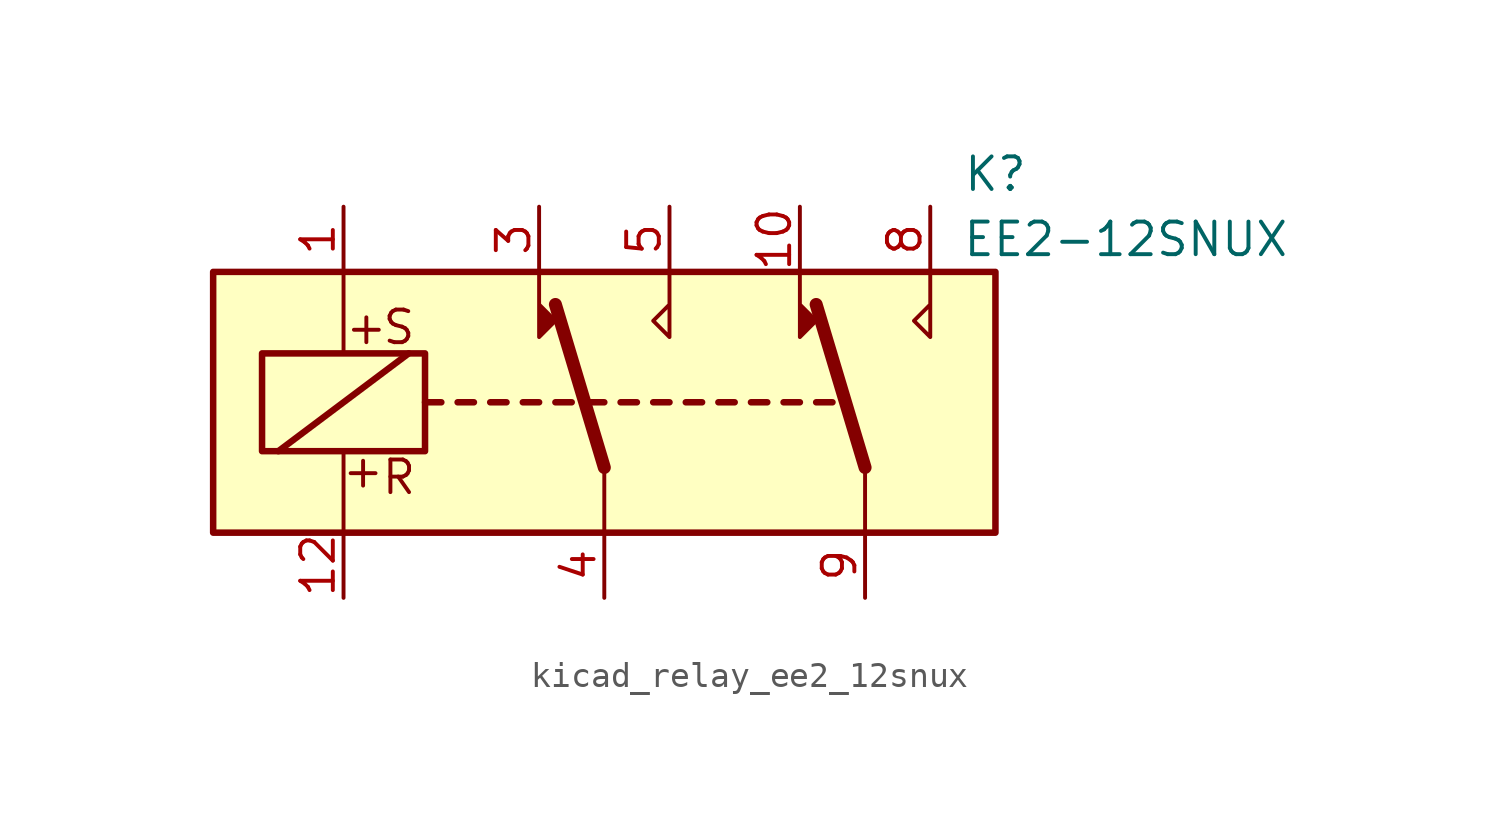
<source format=kicad_sym>
(kicad_symbol_lib
  (version 20220914)
  (generator kicad_symbol_editor)
  (symbol "kicad_relay_ee2_12snux"
    (property "Reference" "K"
      (at 15.24 8.89 0)
      (effects (font (size 1.27 1.27))))
    (property "Value" "EE2-12SNUX"
      (at 20.32 6.35 0)
      (effects (font (size 1.27 1.27))))
    (symbol "kicad_relay_ee2_12snux_1_1"
      (rectangle (start -15.24 5.08) (end 15.24 -5.08) (stroke (width 0.254) (type default)) (fill (type background)))
      (rectangle (start -13.335 1.905) (end -6.985 -1.905) (stroke (width 0.254) (type default)) (fill (type none)))
      (polyline (pts (xy -12.7 -1.905) (xy -7.62 1.905)) (stroke (width 0.254) (type default)) (fill (type none)))
      (polyline (pts (xy -10.16 -5.08) (xy -10.16 -1.905)) (stroke (width 0) (type default)) (fill (type none)))
      (polyline (pts (xy -10.16 5.08) (xy -10.16 1.905)) (stroke (width 0) (type default)) (fill (type none)))
      (polyline (pts (xy -6.985 0) (xy -6.35 0)) (stroke (width 0.254) (type default)) (fill (type none)))
      (polyline (pts (xy -5.715 0) (xy -5.08 0)) (stroke (width 0.254) (type default)) (fill (type none)))
      (polyline (pts (xy -4.445 0) (xy -3.81 0)) (stroke (width 0.254) (type default)) (fill (type none)))
      (polyline (pts (xy -3.175 0) (xy -2.54 0)) (stroke (width 0.254) (type default)) (fill (type none)))
      (polyline (pts (xy -1.905 0) (xy -1.27 0)) (stroke (width 0.254) (type default)) (fill (type none)))
      (polyline (pts (xy -0.635 0) (xy 0 0)) (stroke (width 0.254) (type default)) (fill (type none)))
      (polyline (pts (xy 0 -2.54) (xy -1.905 3.81)) (stroke (width 0.508) (type default)) (fill (type none)))
      (polyline (pts (xy 0 -2.54) (xy 0 -5.08)) (stroke (width 0) (type default)) (fill (type none)))
      (polyline (pts (xy 0.635 0) (xy 1.27 0)) (stroke (width 0.254) (type default)) (fill (type none)))
      (polyline (pts (xy 1.905 0) (xy 2.54 0)) (stroke (width 0.254) (type default)) (fill (type none)))
      (polyline (pts (xy 3.175 0) (xy 3.81 0)) (stroke (width 0.254) (type default)) (fill (type none)))
      (polyline (pts (xy 4.445 0) (xy 5.08 0)) (stroke (width 0.254) (type default)) (fill (type none)))
      (polyline (pts (xy 5.715 0) (xy 6.35 0)) (stroke (width 0.254) (type default)) (fill (type none)))
      (polyline (pts (xy 6.985 0) (xy 7.62 0)) (stroke (width 0.254) (type default)) (fill (type none)))
      (polyline (pts (xy 8.255 0) (xy 8.89 0)) (stroke (width 0.254) (type default)) (fill (type none)))
      (polyline (pts (xy 10.16 -2.54) (xy 8.255 3.81)) (stroke (width 0.508) (type default)) (fill (type none)))
      (polyline (pts (xy 10.16 -2.54) (xy 10.16 -5.08)) (stroke (width 0) (type default)) (fill (type none)))
      (polyline (pts (xy -2.54 5.08) (xy -2.54 2.54) (xy -1.905 3.175) (xy -2.54 3.81)) (stroke (width 0) (type default)) (fill (type outline)))
      (polyline (pts (xy 2.54 5.08) (xy 2.54 2.54) (xy 1.905 3.175) (xy 2.54 3.81)) (stroke (width 0) (type default)) (fill (type none)))
      (polyline (pts (xy 7.62 5.08) (xy 7.62 2.54) (xy 8.255 3.175) (xy 7.62 3.81)) (stroke (width 0) (type default)) (fill (type outline)))
      (polyline (pts (xy 12.7 5.08) (xy 12.7 2.54) (xy 12.065 3.175) (xy 12.7 3.81)) (stroke (width 0) (type default)) (fill (type none)))
      (text "+" (at -9.398 -2.667 0) (effects (font (size 1.27 1.27))))
      (text "+" (at -9.271 2.921 0) (effects (font (size 1.27 1.27))))
      (text "R" (at -8.001 -2.921 0) (effects (font (size 1.27 1.27))))
      (text "S" (at -8.001 2.921 0) (effects (font (size 1.27 1.27))))
      (pin passive line (at -10.16 7.62 270) (length 2.54) (name "~" (effects (font (size 1.27 1.27)))) (number "1" (effects (font (size 1.27 1.27)))))
      (pin passive line (at 7.62 7.62 270) (length 2.54) (name "~" (effects (font (size 1.27 1.27)))) (number "10" (effects (font (size 1.27 1.27)))))
      (pin passive line (at -10.16 -7.62 90) (length 2.54) (name "~" (effects (font (size 1.27 1.27)))) (number "12" (effects (font (size 1.27 1.27)))))
      (pin passive line (at -2.54 7.62 270) (length 2.54) (name "~" (effects (font (size 1.27 1.27)))) (number "3" (effects (font (size 1.27 1.27)))))
      (pin passive line (at 0 -7.62 90) (length 2.54) (name "~" (effects (font (size 1.27 1.27)))) (number "4" (effects (font (size 1.27 1.27)))))
      (pin passive line (at 2.54 7.62 270) (length 2.54) (name "~" (effects (font (size 1.27 1.27)))) (number "5" (effects (font (size 1.27 1.27)))))
      (pin passive line (at 12.7 7.62 270) (length 2.54) (name "~" (effects (font (size 1.27 1.27)))) (number "8" (effects (font (size 1.27 1.27)))))
      (pin passive line (at 10.16 -7.62 90) (length 2.54) (name "~" (effects (font (size 1.27 1.27)))) (number "9" (effects (font (size 1.27 1.27))))))))
</source>
